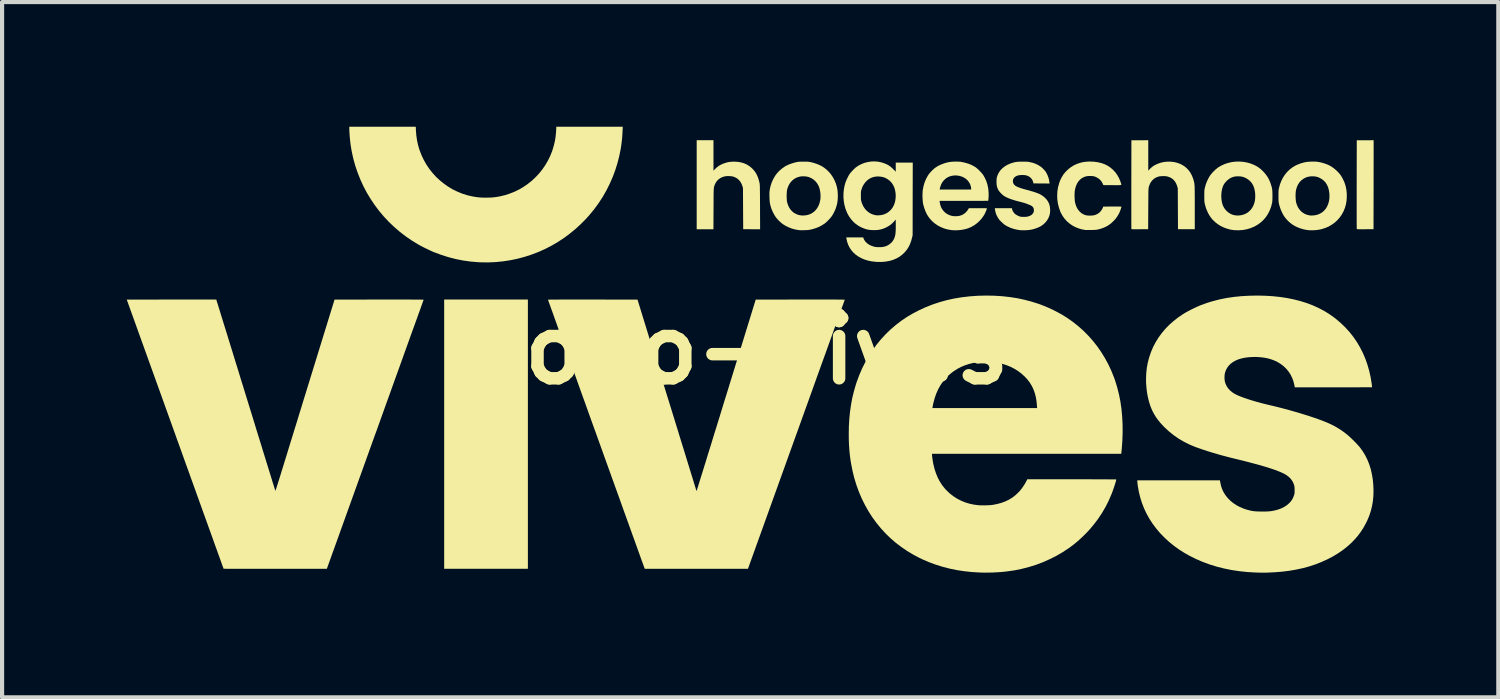
<source format=kicad_pcb>
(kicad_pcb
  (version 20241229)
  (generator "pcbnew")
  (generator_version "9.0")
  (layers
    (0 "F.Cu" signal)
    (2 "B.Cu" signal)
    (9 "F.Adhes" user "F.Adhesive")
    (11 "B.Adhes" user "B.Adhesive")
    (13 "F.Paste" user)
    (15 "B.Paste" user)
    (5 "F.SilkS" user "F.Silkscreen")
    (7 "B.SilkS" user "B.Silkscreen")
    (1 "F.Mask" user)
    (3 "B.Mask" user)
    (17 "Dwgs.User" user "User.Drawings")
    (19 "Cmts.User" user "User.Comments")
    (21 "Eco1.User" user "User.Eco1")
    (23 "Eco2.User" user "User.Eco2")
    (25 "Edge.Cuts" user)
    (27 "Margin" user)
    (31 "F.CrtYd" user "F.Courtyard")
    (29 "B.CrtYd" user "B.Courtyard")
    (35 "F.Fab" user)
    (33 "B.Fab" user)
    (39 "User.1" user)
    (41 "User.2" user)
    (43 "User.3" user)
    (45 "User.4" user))
  (footprint "logo-vives"
    (layer "F.Cu")
    (at 15 5.363)
    (property "Reference" "logo-vives" (at 0 0 0) (layer "F.SilkS") (effects (font (size 1.524 1.524) (thickness 0.3))))
    (attr board_only exclude_from_pos_files exclude_from_bom)
    (fp_poly (pts (xy -5.348 5.273) (xy -7.362 5.273) (xy -7.362 -1.206) (xy -5.348 -1.206)) (stroke (width 0) (type solid)) (fill yes) (layer "F.SilkS"))
    (fp_poly (pts (xy 15.002 -3.969) (xy 15 -2.898) (xy 14.8 -2.897) (xy 14.747 -2.897) (xy 14.704 -2.897) (xy 14.67 -2.897) (xy 14.643 -2.897) (xy 14.623 -2.898) (xy 14.609 -2.899) (xy 14.601 -2.9) (xy 14.597 -2.902) (xy 14.596 -2.902) (xy 14.596 -2.908) (xy 14.596 -2.923) (xy 14.596 -2.947) (xy 14.596 -2.979) (xy 14.595 -3.02) (xy 14.595 -3.069) (xy 14.595 -3.124) (xy 14.595 -3.187) (xy 14.595 -3.255) (xy 14.595 -3.33) (xy 14.595 -3.41) (xy 14.595 -3.495) (xy 14.595 -3.584) (xy 14.595 -3.677) (xy 14.595 -3.774) (xy 14.595 -3.874) (xy 14.595 -3.972) (xy 14.597 -5.037) (xy 15.003 -5.039)) (stroke (width 0) (type solid)) (fill yes) (layer "F.SilkS"))
    (fp_poly (pts (xy -0.882 -4.307) (xy -0.839 -4.351) (xy -0.795 -4.391) (xy -0.751 -4.424) (xy -0.702 -4.451) (xy -0.648 -4.475) (xy -0.611 -4.488) (xy -0.567 -4.502) (xy -0.524 -4.512) (xy -0.481 -4.518) (xy -0.434 -4.522) (xy -0.384 -4.523) (xy -0.301 -4.519) (xy -0.224 -4.506) (xy -0.152 -4.486) (xy -0.085 -4.457) (xy -0.023 -4.419) (xy 0.034 -4.373) (xy 0.062 -4.346) (xy 0.105 -4.297) (xy 0.141 -4.244) (xy 0.171 -4.186) (xy 0.196 -4.122) (xy 0.217 -4.05) (xy 0.228 -4.002) (xy 0.229 -3.995) (xy 0.23 -3.986) (xy 0.231 -3.975) (xy 0.232 -3.962) (xy 0.233 -3.947) (xy 0.234 -3.927) (xy 0.234 -3.903) (xy 0.235 -3.875) (xy 0.235 -3.841) (xy 0.236 -3.801) (xy 0.236 -3.755) (xy 0.237 -3.702) (xy 0.237 -3.64) (xy 0.237 -3.571) (xy 0.238 -3.493) (xy 0.238 -3.428) (xy 0.24 -2.896) (xy -0.167 -2.898) (xy -0.17 -3.392) (xy -0.172 -3.885) (xy -0.183 -3.925) (xy -0.204 -3.983) (xy -0.232 -4.035) (xy -0.266 -4.078) (xy -0.306 -4.114) (xy -0.352 -4.142) (xy -0.405 -4.163) (xy -0.412 -4.165) (xy -0.44 -4.17) (xy -0.474 -4.174) (xy -0.512 -4.176) (xy -0.55 -4.176) (xy -0.585 -4.173) (xy -0.608 -4.17) (xy -0.663 -4.154) (xy -0.714 -4.13) (xy -0.758 -4.099) (xy -0.797 -4.061) (xy -0.828 -4.017) (xy -0.85 -3.97) (xy -0.855 -3.958) (xy -0.859 -3.946) (xy -0.862 -3.936) (xy -0.866 -3.925) (xy -0.868 -3.914) (xy -0.871 -3.901) (xy -0.873 -3.887) (xy -0.874 -3.869) (xy -0.876 -3.849) (xy -0.877 -3.824) (xy -0.878 -3.795) (xy -0.879 -3.76) (xy -0.879 -3.72) (xy -0.88 -3.673) (xy -0.88 -3.618) (xy -0.88 -3.556) (xy -0.88 -3.486) (xy -0.881 -3.406) (xy -0.881 -3.383) (xy -0.883 -2.896) (xy -1.286 -2.896) (xy -1.286 -5.039) (xy -0.882 -5.039)) (stroke (width 0) (type solid)) (fill yes) (layer "F.SilkS"))
    (fp_poly (pts (xy 9.58 -4.306) (xy 9.613 -4.342) (xy 9.654 -4.381) (xy 9.697 -4.415) (xy 9.746 -4.444) (xy 9.758 -4.45) (xy 9.829 -4.481) (xy 9.902 -4.504) (xy 9.977 -4.518) (xy 10.054 -4.524) (xy 10.13 -4.522) (xy 10.205 -4.513) (xy 10.278 -4.495) (xy 10.347 -4.47) (xy 10.412 -4.436) (xy 10.46 -4.404) (xy 10.513 -4.358) (xy 10.56 -4.305) (xy 10.601 -4.245) (xy 10.635 -4.178) (xy 10.662 -4.107) (xy 10.674 -4.067) (xy 10.678 -4.052) (xy 10.681 -4.037) (xy 10.684 -4.024) (xy 10.687 -4.01) (xy 10.689 -3.995) (xy 10.691 -3.979) (xy 10.693 -3.961) (xy 10.694 -3.94) (xy 10.696 -3.916) (xy 10.696 -3.888) (xy 10.697 -3.855) (xy 10.698 -3.817) (xy 10.698 -3.773) (xy 10.698 -3.723) (xy 10.699 -3.665) (xy 10.699 -3.599) (xy 10.699 -3.525) (xy 10.699 -3.442) (xy 10.699 -2.898) (xy 10.295 -2.898) (xy 10.29 -3.885) (xy 10.278 -3.925) (xy 10.257 -3.983) (xy 10.23 -4.034) (xy 10.196 -4.078) (xy 10.155 -4.114) (xy 10.109 -4.142) (xy 10.056 -4.162) (xy 10.024 -4.17) (xy 9.993 -4.174) (xy 9.957 -4.176) (xy 9.918 -4.175) (xy 9.88 -4.173) (xy 9.846 -4.169) (xy 9.827 -4.164) (xy 9.773 -4.145) (xy 9.725 -4.117) (xy 9.684 -4.082) (xy 9.648 -4.039) (xy 9.62 -3.989) (xy 9.598 -3.932) (xy 9.594 -3.916) (xy 9.592 -3.909) (xy 9.59 -3.903) (xy 9.589 -3.895) (xy 9.588 -3.887) (xy 9.587 -3.876) (xy 9.586 -3.863) (xy 9.585 -3.847) (xy 9.584 -3.828) (xy 9.583 -3.804) (xy 9.583 -3.775) (xy 9.582 -3.74) (xy 9.582 -3.699) (xy 9.582 -3.652) (xy 9.581 -3.597) (xy 9.581 -3.533) (xy 9.58 -3.461) (xy 9.58 -3.387) (xy 9.577 -2.898) (xy 9.377 -2.897) (xy 9.324 -2.897) (xy 9.281 -2.897) (xy 9.247 -2.897) (xy 9.22 -2.897) (xy 9.2 -2.898) (xy 9.186 -2.899) (xy 9.178 -2.9) (xy 9.174 -2.902) (xy 9.173 -2.902) (xy 9.173 -2.908) (xy 9.173 -2.923) (xy 9.173 -2.947) (xy 9.173 -2.979) (xy 9.172 -3.02) (xy 9.172 -3.069) (xy 9.172 -3.124) (xy 9.172 -3.187) (xy 9.172 -3.255) (xy 9.172 -3.33) (xy 9.172 -3.41) (xy 9.172 -3.495) (xy 9.172 -3.584) (xy 9.172 -3.677) (xy 9.172 -3.774) (xy 9.172 -3.874) (xy 9.172 -3.972) (xy 9.174 -5.037) (xy 9.58 -5.039)) (stroke (width 0) (type solid)) (fill yes) (layer "F.SilkS"))
    (fp_poly (pts (xy -8.043 -5.289) (xy -8.034 -5.168) (xy -8.018 -5.052) (xy -7.995 -4.94) (xy -7.964 -4.83) (xy -7.952 -4.795) (xy -7.906 -4.676) (xy -7.852 -4.562) (xy -7.789 -4.452) (xy -7.719 -4.348) (xy -7.641 -4.25) (xy -7.557 -4.157) (xy -7.465 -4.072) (xy -7.368 -3.993) (xy -7.266 -3.921) (xy -7.158 -3.857) (xy -7.045 -3.802) (xy -6.928 -3.754) (xy -6.808 -3.716) (xy -6.771 -3.707) (xy -6.688 -3.688) (xy -6.609 -3.674) (xy -6.531 -3.664) (xy -6.449 -3.658) (xy -6.361 -3.657) (xy -6.357 -3.657) (xy -6.287 -3.658) (xy -6.224 -3.66) (xy -6.164 -3.666) (xy -6.105 -3.673) (xy -6.043 -3.684) (xy -6.03 -3.686) (xy -5.906 -3.715) (xy -5.786 -3.754) (xy -5.669 -3.8) (xy -5.557 -3.855) (xy -5.45 -3.918) (xy -5.348 -3.989) (xy -5.251 -4.066) (xy -5.161 -4.151) (xy -5.076 -4.241) (xy -4.999 -4.338) (xy -4.929 -4.44) (xy -4.866 -4.548) (xy -4.811 -4.66) (xy -4.764 -4.777) (xy -4.727 -4.898) (xy -4.7 -5.009) (xy -4.682 -5.118) (xy -4.67 -5.235) (xy -4.667 -5.29) (xy -4.664 -5.363) (xy -3.065 -5.363) (xy -3.068 -5.295) (xy -3.073 -5.197) (xy -3.079 -5.108) (xy -3.087 -5.024) (xy -3.097 -4.944) (xy -3.109 -4.865) (xy -3.113 -4.837) (xy -3.148 -4.662) (xy -3.192 -4.49) (xy -3.245 -4.32) (xy -3.307 -4.153) (xy -3.379 -3.99) (xy -3.459 -3.831) (xy -3.547 -3.676) (xy -3.644 -3.527) (xy -3.749 -3.383) (xy -3.862 -3.245) (xy -3.926 -3.173) (xy -3.944 -3.153) (xy -3.968 -3.128) (xy -3.996 -3.1) (xy -4.025 -3.07) (xy -4.054 -3.042) (xy -4.065 -3.03) (xy -4.196 -2.909) (xy -4.333 -2.796) (xy -4.475 -2.69) (xy -4.622 -2.593) (xy -4.774 -2.504) (xy -4.931 -2.423) (xy -5.092 -2.351) (xy -5.256 -2.288) (xy -5.423 -2.234) (xy -5.594 -2.188) (xy -5.767 -2.152) (xy -5.942 -2.125) (xy -6.119 -2.107) (xy -6.297 -2.099) (xy -6.476 -2.101) (xy -6.544 -2.104) (xy -6.724 -2.119) (xy -6.903 -2.144) (xy -7.08 -2.179) (xy -7.256 -2.224) (xy -7.429 -2.279) (xy -7.601 -2.343) (xy -7.62 -2.35) (xy -7.659 -2.367) (xy -7.704 -2.388) (xy -7.754 -2.412) (xy -7.807 -2.437) (xy -7.859 -2.463) (xy -7.909 -2.489) (xy -7.956 -2.514) (xy -7.996 -2.536) (xy -7.997 -2.537) (xy -8.15 -2.631) (xy -8.297 -2.732) (xy -8.437 -2.841) (xy -8.571 -2.957) (xy -8.698 -3.079) (xy -8.819 -3.208) (xy -8.932 -3.343) (xy -9.037 -3.484) (xy -9.135 -3.63) (xy -9.226 -3.781) (xy -9.308 -3.937) (xy -9.381 -4.098) (xy -9.446 -4.262) (xy -9.503 -4.43) (xy -9.55 -4.601) (xy -9.588 -4.775) (xy -9.609 -4.9) (xy -9.617 -4.956) (xy -9.624 -5.016) (xy -9.63 -5.078) (xy -9.636 -5.14) (xy -9.64 -5.2) (xy -9.643 -5.255) (xy -9.645 -5.303) (xy -9.645 -5.317) (xy -9.645 -5.363) (xy -8.046 -5.363)) (stroke (width 0) (type solid)) (fill yes) (layer "F.SilkS"))
    (fp_poly (pts (xy 13.588 -4.525) (xy 13.63 -4.522) (xy 13.641 -4.521) (xy 13.703 -4.511) (xy 13.767 -4.496) (xy 13.832 -4.476) (xy 13.893 -4.453) (xy 13.936 -4.433) (xy 13.988 -4.404) (xy 14.04 -4.367) (xy 14.091 -4.325) (xy 14.139 -4.28) (xy 14.182 -4.233) (xy 14.198 -4.212) (xy 14.222 -4.177) (xy 14.247 -4.135) (xy 14.27 -4.09) (xy 14.292 -4.044) (xy 14.306 -4.007) (xy 14.331 -3.929) (xy 14.347 -3.845) (xy 14.356 -3.759) (xy 14.357 -3.672) (xy 14.351 -3.585) (xy 14.337 -3.5) (xy 14.315 -3.42) (xy 14.312 -3.412) (xy 14.279 -3.329) (xy 14.237 -3.252) (xy 14.188 -3.181) (xy 14.132 -3.117) (xy 14.069 -3.059) (xy 13.999 -3.008) (xy 13.924 -2.964) (xy 13.843 -2.929) (xy 13.756 -2.901) (xy 13.717 -2.892) (xy 13.655 -2.881) (xy 13.588 -2.874) (xy 13.519 -2.872) (xy 13.454 -2.873) (xy 13.44 -2.874) (xy 13.367 -2.884) (xy 13.293 -2.901) (xy 13.219 -2.925) (xy 13.148 -2.954) (xy 13.083 -2.988) (xy 13.033 -3.021) (xy 12.992 -3.053) (xy 12.949 -3.091) (xy 12.909 -3.133) (xy 12.873 -3.176) (xy 12.868 -3.183) (xy 12.834 -3.233) (xy 12.803 -3.291) (xy 12.774 -3.354) (xy 12.75 -3.42) (xy 12.73 -3.488) (xy 12.724 -3.514) (xy 12.721 -3.531) (xy 12.718 -3.547) (xy 12.716 -3.563) (xy 12.715 -3.582) (xy 12.714 -3.604) (xy 12.713 -3.632) (xy 12.713 -3.667) (xy 12.713 -3.698) (xy 12.713 -3.703) (xy 13.124 -3.703) (xy 13.125 -3.664) (xy 13.127 -3.626) (xy 13.13 -3.591) (xy 13.134 -3.562) (xy 13.136 -3.549) (xy 13.155 -3.486) (xy 13.181 -3.428) (xy 13.214 -3.377) (xy 13.253 -3.332) (xy 13.298 -3.295) (xy 13.349 -3.265) (xy 13.404 -3.243) (xy 13.463 -3.23) (xy 13.498 -3.227) (xy 13.538 -3.228) (xy 13.58 -3.232) (xy 13.62 -3.239) (xy 13.626 -3.24) (xy 13.681 -3.258) (xy 13.734 -3.284) (xy 13.773 -3.31) (xy 13.817 -3.35) (xy 13.855 -3.396) (xy 13.886 -3.449) (xy 13.91 -3.508) (xy 13.928 -3.571) (xy 13.938 -3.639) (xy 13.94 -3.71) (xy 13.936 -3.776) (xy 13.924 -3.847) (xy 13.905 -3.912) (xy 13.879 -3.969) (xy 13.846 -4.02) (xy 13.806 -4.064) (xy 13.759 -4.101) (xy 13.709 -4.13) (xy 13.675 -4.146) (xy 13.643 -4.157) (xy 13.611 -4.164) (xy 13.576 -4.169) (xy 13.547 -4.17) (xy 13.482 -4.169) (xy 13.422 -4.159) (xy 13.366 -4.14) (xy 13.313 -4.111) (xy 13.264 -4.074) (xy 13.255 -4.066) (xy 13.215 -4.022) (xy 13.183 -3.972) (xy 13.157 -3.915) (xy 13.138 -3.852) (xy 13.128 -3.799) (xy 13.126 -3.773) (xy 13.125 -3.74) (xy 13.124 -3.703) (xy 12.713 -3.703) (xy 12.713 -3.739) (xy 12.713 -3.772) (xy 12.714 -3.798) (xy 12.715 -3.819) (xy 12.716 -3.837) (xy 12.718 -3.853) (xy 12.721 -3.869) (xy 12.724 -3.883) (xy 12.748 -3.973) (xy 12.78 -4.057) (xy 12.819 -4.135) (xy 12.866 -4.207) (xy 12.919 -4.273) (xy 12.979 -4.332) (xy 13.046 -4.383) (xy 13.118 -4.427) (xy 13.164 -4.449) (xy 13.25 -4.482) (xy 13.34 -4.507) (xy 13.36 -4.511) (xy 13.398 -4.517) (xy 13.443 -4.521) (xy 13.491 -4.524) (xy 13.541 -4.525)) (stroke (width 0) (type solid)) (fill yes) (layer "F.SilkS"))
    (fp_poly (pts (xy 11.862 -4.519) (xy 11.951 -4.504) (xy 12.038 -4.48) (xy 12.05 -4.475) (xy 12.119 -4.448) (xy 12.181 -4.417) (xy 12.238 -4.381) (xy 12.293 -4.338) (xy 12.339 -4.294) (xy 12.395 -4.232) (xy 12.443 -4.167) (xy 12.483 -4.097) (xy 12.516 -4.021) (xy 12.532 -3.972) (xy 12.542 -3.939) (xy 12.551 -3.91) (xy 12.557 -3.884) (xy 12.561 -3.859) (xy 12.564 -3.833) (xy 12.566 -3.805) (xy 12.567 -3.772) (xy 12.568 -3.732) (xy 12.568 -3.698) (xy 12.568 -3.657) (xy 12.567 -3.624) (xy 12.566 -3.598) (xy 12.565 -3.577) (xy 12.564 -3.559) (xy 12.562 -3.543) (xy 12.559 -3.528) (xy 12.556 -3.517) (xy 12.532 -3.427) (xy 12.499 -3.342) (xy 12.459 -3.264) (xy 12.411 -3.191) (xy 12.356 -3.126) (xy 12.294 -3.067) (xy 12.225 -3.015) (xy 12.149 -2.97) (xy 12.125 -2.958) (xy 12.038 -2.922) (xy 11.949 -2.896) (xy 11.857 -2.879) (xy 11.762 -2.872) (xy 11.666 -2.874) (xy 11.636 -2.876) (xy 11.554 -2.889) (xy 11.473 -2.911) (xy 11.395 -2.94) (xy 11.321 -2.976) (xy 11.252 -3.019) (xy 11.189 -3.068) (xy 11.133 -3.122) (xy 11.114 -3.143) (xy 11.085 -3.18) (xy 11.061 -3.215) (xy 11.039 -3.25) (xy 11.018 -3.29) (xy 11.01 -3.306) (xy 10.984 -3.365) (xy 10.963 -3.422) (xy 10.946 -3.483) (xy 10.94 -3.511) (xy 10.936 -3.529) (xy 10.933 -3.545) (xy 10.931 -3.561) (xy 10.93 -3.579) (xy 10.929 -3.6) (xy 10.928 -3.626) (xy 10.928 -3.659) (xy 10.928 -3.677) (xy 11.337 -3.677) (xy 11.342 -3.61) (xy 11.352 -3.547) (xy 11.369 -3.488) (xy 11.37 -3.484) (xy 11.391 -3.436) (xy 11.416 -3.394) (xy 11.448 -3.355) (xy 11.463 -3.339) (xy 11.511 -3.298) (xy 11.561 -3.266) (xy 11.615 -3.244) (xy 11.673 -3.231) (xy 11.734 -3.227) (xy 11.784 -3.23) (xy 11.847 -3.242) (xy 11.905 -3.262) (xy 11.959 -3.29) (xy 12.006 -3.326) (xy 12.048 -3.368) (xy 12.083 -3.417) (xy 12.112 -3.472) (xy 12.133 -3.532) (xy 12.148 -3.598) (xy 12.154 -3.668) (xy 12.153 -3.742) (xy 12.152 -3.755) (xy 12.143 -3.827) (xy 12.127 -3.892) (xy 12.105 -3.95) (xy 12.075 -4.001) (xy 12.039 -4.046) (xy 11.996 -4.085) (xy 11.945 -4.119) (xy 11.932 -4.126) (xy 11.889 -4.146) (xy 11.845 -4.16) (xy 11.798 -4.168) (xy 11.763 -4.17) (xy 11.7 -4.17) (xy 11.642 -4.161) (xy 11.589 -4.144) (xy 11.539 -4.118) (xy 11.492 -4.083) (xy 11.464 -4.057) (xy 11.433 -4.023) (xy 11.408 -3.991) (xy 11.388 -3.956) (xy 11.376 -3.928) (xy 11.358 -3.872) (xy 11.345 -3.81) (xy 11.338 -3.744) (xy 11.337 -3.677) (xy 10.928 -3.677) (xy 10.928 -3.7) (xy 10.928 -3.701) (xy 10.928 -3.743) (xy 10.929 -3.776) (xy 10.929 -3.802) (xy 10.93 -3.824) (xy 10.932 -3.842) (xy 10.934 -3.858) (xy 10.937 -3.873) (xy 10.939 -3.885) (xy 10.964 -3.976) (xy 10.997 -4.061) (xy 11.038 -4.142) (xy 11.064 -4.184) (xy 11.092 -4.222) (xy 11.126 -4.262) (xy 11.165 -4.302) (xy 11.205 -4.339) (xy 11.244 -4.371) (xy 11.267 -4.388) (xy 11.342 -4.431) (xy 11.422 -4.467) (xy 11.506 -4.494) (xy 11.593 -4.514) (xy 11.682 -4.524) (xy 11.772 -4.526)) (stroke (width 0) (type solid)) (fill yes) (layer "F.SilkS"))
    (fp_poly (pts (xy 1.325 -4.523) (xy 1.356 -4.523) (xy 1.381 -4.522) (xy 1.402 -4.52) (xy 1.421 -4.518) (xy 1.44 -4.515) (xy 1.455 -4.512) (xy 1.52 -4.496) (xy 1.586 -4.475) (xy 1.648 -4.451) (xy 1.706 -4.424) (xy 1.754 -4.396) (xy 1.822 -4.346) (xy 1.885 -4.288) (xy 1.94 -4.224) (xy 1.989 -4.153) (xy 2.03 -4.077) (xy 2.063 -3.997) (xy 2.088 -3.913) (xy 2.093 -3.888) (xy 2.104 -3.82) (xy 2.109 -3.748) (xy 2.11 -3.674) (xy 2.106 -3.6) (xy 2.097 -3.532) (xy 2.094 -3.515) (xy 2.075 -3.444) (xy 2.05 -3.372) (xy 2.018 -3.303) (xy 1.982 -3.238) (xy 1.96 -3.205) (xy 1.933 -3.171) (xy 1.901 -3.135) (xy 1.866 -3.099) (xy 1.831 -3.065) (xy 1.797 -3.037) (xy 1.786 -3.029) (xy 1.716 -2.985) (xy 1.64 -2.947) (xy 1.558 -2.916) (xy 1.474 -2.892) (xy 1.428 -2.883) (xy 1.405 -2.88) (xy 1.374 -2.877) (xy 1.339 -2.875) (xy 1.301 -2.874) (xy 1.262 -2.873) (xy 1.227 -2.873) (xy 1.196 -2.874) (xy 1.172 -2.876) (xy 1.171 -2.876) (xy 1.085 -2.891) (xy 1.001 -2.914) (xy 0.92 -2.946) (xy 0.844 -2.984) (xy 0.784 -3.022) (xy 0.749 -3.05) (xy 0.711 -3.084) (xy 0.674 -3.121) (xy 0.64 -3.159) (xy 0.614 -3.193) (xy 0.592 -3.226) (xy 0.57 -3.266) (xy 0.547 -3.309) (xy 0.527 -3.353) (xy 0.511 -3.395) (xy 0.504 -3.415) (xy 0.493 -3.452) (xy 0.484 -3.486) (xy 0.477 -3.517) (xy 0.472 -3.549) (xy 0.469 -3.584) (xy 0.467 -3.624) (xy 0.465 -3.671) (xy 0.465 -3.676) (xy 0.464 -3.71) (xy 0.879 -3.71) (xy 0.879 -3.669) (xy 0.881 -3.629) (xy 0.883 -3.594) (xy 0.886 -3.564) (xy 0.889 -3.551) (xy 0.909 -3.486) (xy 0.935 -3.427) (xy 0.968 -3.375) (xy 1.008 -3.33) (xy 1.054 -3.292) (xy 1.107 -3.263) (xy 1.152 -3.245) (xy 1.205 -3.232) (xy 1.262 -3.227) (xy 1.321 -3.23) (xy 1.373 -3.238) (xy 1.432 -3.256) (xy 1.487 -3.283) (xy 1.536 -3.317) (xy 1.579 -3.359) (xy 1.616 -3.408) (xy 1.646 -3.464) (xy 1.67 -3.526) (xy 1.686 -3.595) (xy 1.69 -3.616) (xy 1.694 -3.673) (xy 1.693 -3.733) (xy 1.687 -3.793) (xy 1.676 -3.852) (xy 1.661 -3.906) (xy 1.642 -3.95) (xy 1.61 -4.004) (xy 1.571 -4.052) (xy 1.525 -4.093) (xy 1.473 -4.126) (xy 1.415 -4.151) (xy 1.395 -4.157) (xy 1.357 -4.165) (xy 1.312 -4.17) (xy 1.267 -4.171) (xy 1.224 -4.168) (xy 1.201 -4.165) (xy 1.14 -4.148) (xy 1.084 -4.122) (xy 1.035 -4.089) (xy 0.991 -4.048) (xy 0.954 -4) (xy 0.923 -3.945) (xy 0.899 -3.883) (xy 0.889 -3.845) (xy 0.885 -3.821) (xy 0.882 -3.788) (xy 0.88 -3.751) (xy 0.879 -3.71) (xy 0.464 -3.71) (xy 0.464 -3.715) (xy 0.464 -3.746) (xy 0.464 -3.771) (xy 0.465 -3.792) (xy 0.467 -3.811) (xy 0.47 -3.831) (xy 0.473 -3.853) (xy 0.473 -3.855) (xy 0.493 -3.944) (xy 0.521 -4.029) (xy 0.558 -4.108) (xy 0.601 -4.182) (xy 0.653 -4.251) (xy 0.712 -4.312) (xy 0.777 -4.367) (xy 0.834 -4.406) (xy 0.886 -4.434) (xy 0.945 -4.46) (xy 1.009 -4.483) (xy 1.075 -4.502) (xy 1.117 -4.512) (xy 1.138 -4.516) (xy 1.157 -4.519) (xy 1.176 -4.521) (xy 1.198 -4.522) (xy 1.225 -4.523) (xy 1.258 -4.523) (xy 1.286 -4.523)) (stroke (width 0) (type solid)) (fill yes) (layer "F.SilkS"))
    (fp_poly (pts (xy 8.273 -4.522) (xy 8.363 -4.51) (xy 8.446 -4.491) (xy 8.524 -4.464) (xy 8.596 -4.429) (xy 8.663 -4.385) (xy 8.724 -4.334) (xy 8.734 -4.325) (xy 8.789 -4.265) (xy 8.835 -4.2) (xy 8.875 -4.129) (xy 8.907 -4.052) (xy 8.919 -4.018) (xy 8.924 -4.004) (xy 8.928 -3.992) (xy 8.931 -3.982) (xy 8.932 -3.974) (xy 8.929 -3.968) (xy 8.923 -3.964) (xy 8.912 -3.961) (xy 8.896 -3.959) (xy 8.874 -3.958) (xy 8.845 -3.957) (xy 8.808 -3.957) (xy 8.763 -3.957) (xy 8.715 -3.958) (xy 8.663 -3.958) (xy 8.619 -3.958) (xy 8.584 -3.958) (xy 8.557 -3.958) (xy 8.535 -3.959) (xy 8.52 -3.959) (xy 8.509 -3.96) (xy 8.502 -3.962) (xy 8.498 -3.963) (xy 8.496 -3.965) (xy 8.495 -3.966) (xy 8.483 -3.996) (xy 8.466 -4.027) (xy 8.447 -4.056) (xy 8.44 -4.065) (xy 8.402 -4.104) (xy 8.357 -4.135) (xy 8.307 -4.16) (xy 8.273 -4.17) (xy 8.248 -4.175) (xy 8.216 -4.178) (xy 8.18 -4.179) (xy 8.144 -4.178) (xy 8.111 -4.175) (xy 8.083 -4.17) (xy 8.03 -4.152) (xy 7.981 -4.126) (xy 7.938 -4.091) (xy 7.9 -4.049) (xy 7.868 -3.999) (xy 7.842 -3.942) (xy 7.823 -3.879) (xy 7.812 -3.825) (xy 7.809 -3.794) (xy 7.807 -3.757) (xy 7.806 -3.715) (xy 7.807 -3.671) (xy 7.809 -3.628) (xy 7.812 -3.589) (xy 7.816 -3.554) (xy 7.82 -3.533) (xy 7.839 -3.469) (xy 7.864 -3.411) (xy 7.896 -3.36) (xy 7.934 -3.317) (xy 7.977 -3.281) (xy 8.025 -3.253) (xy 8.078 -3.234) (xy 8.087 -3.232) (xy 8.111 -3.228) (xy 8.141 -3.226) (xy 8.175 -3.225) (xy 8.21 -3.226) (xy 8.242 -3.228) (xy 8.269 -3.232) (xy 8.271 -3.232) (xy 8.322 -3.248) (xy 8.369 -3.272) (xy 8.411 -3.304) (xy 8.446 -3.344) (xy 8.475 -3.389) (xy 8.486 -3.414) (xy 8.497 -3.442) (xy 8.713 -3.443) (xy 8.759 -3.443) (xy 8.801 -3.443) (xy 8.839 -3.443) (xy 8.872 -3.443) (xy 8.899 -3.442) (xy 8.919 -3.442) (xy 8.93 -3.441) (xy 8.933 -3.44) (xy 8.933 -3.434) (xy 8.93 -3.42) (xy 8.924 -3.401) (xy 8.917 -3.378) (xy 8.908 -3.352) (xy 8.898 -3.327) (xy 8.888 -3.302) (xy 8.878 -3.281) (xy 8.877 -3.279) (xy 8.844 -3.22) (xy 8.806 -3.165) (xy 8.761 -3.112) (xy 8.747 -3.098) (xy 8.689 -3.043) (xy 8.629 -2.998) (xy 8.565 -2.96) (xy 8.496 -2.929) (xy 8.42 -2.904) (xy 8.366 -2.891) (xy 8.347 -2.887) (xy 8.329 -2.884) (xy 8.308 -2.882) (xy 8.284 -2.881) (xy 8.254 -2.88) (xy 8.217 -2.879) (xy 8.199 -2.878) (xy 8.165 -2.878) (xy 8.133 -2.878) (xy 8.105 -2.878) (xy 8.083 -2.878) (xy 8.069 -2.879) (xy 8.065 -2.879) (xy 7.978 -2.895) (xy 7.896 -2.92) (xy 7.818 -2.952) (xy 7.745 -2.992) (xy 7.678 -3.04) (xy 7.617 -3.094) (xy 7.563 -3.155) (xy 7.516 -3.221) (xy 7.476 -3.294) (xy 7.459 -3.333) (xy 7.427 -3.428) (xy 7.404 -3.524) (xy 7.391 -3.621) (xy 7.388 -3.718) (xy 7.394 -3.815) (xy 7.41 -3.911) (xy 7.436 -4.006) (xy 7.461 -4.075) (xy 7.497 -4.148) (xy 7.54 -4.217) (xy 7.592 -4.281) (xy 7.651 -4.338) (xy 7.716 -4.389) (xy 7.786 -4.433) (xy 7.857 -4.466) (xy 7.924 -4.49) (xy 7.99 -4.508) (xy 8.058 -4.519) (xy 8.131 -4.525) (xy 8.178 -4.526)) (stroke (width 0) (type solid)) (fill yes) (layer "F.SilkS"))
    (fp_poly (pts (xy 5.031 -4.523) (xy 5.069 -4.519) (xy 5.16 -4.501) (xy 5.246 -4.476) (xy 5.326 -4.444) (xy 5.399 -4.405) (xy 5.423 -4.39) (xy 5.445 -4.373) (xy 5.471 -4.351) (xy 5.5 -4.324) (xy 5.529 -4.295) (xy 5.556 -4.266) (xy 5.58 -4.239) (xy 5.599 -4.215) (xy 5.605 -4.208) (xy 5.648 -4.132) (xy 5.684 -4.052) (xy 5.711 -3.967) (xy 5.729 -3.879) (xy 5.738 -3.787) (xy 5.739 -3.693) (xy 5.737 -3.663) (xy 5.735 -3.636) (xy 5.733 -3.613) (xy 5.731 -3.596) (xy 5.729 -3.585) (xy 5.729 -3.583) (xy 5.724 -3.582) (xy 5.709 -3.582) (xy 5.686 -3.581) (xy 5.654 -3.581) (xy 5.616 -3.58) (xy 5.57 -3.58) (xy 5.518 -3.58) (xy 5.46 -3.579) (xy 5.398 -3.579) (xy 5.331 -3.579) (xy 5.26 -3.579) (xy 5.186 -3.579) (xy 5.143 -3.579) (xy 4.559 -3.579) (xy 4.562 -3.55) (xy 4.574 -3.488) (xy 4.593 -3.431) (xy 4.621 -3.379) (xy 4.656 -3.333) (xy 4.698 -3.293) (xy 4.746 -3.26) (xy 4.8 -3.235) (xy 4.858 -3.217) (xy 4.861 -3.217) (xy 4.89 -3.213) (xy 4.924 -3.211) (xy 4.961 -3.211) (xy 4.997 -3.213) (xy 5.029 -3.218) (xy 5.047 -3.222) (xy 5.102 -3.241) (xy 5.15 -3.27) (xy 5.193 -3.306) (xy 5.23 -3.35) (xy 5.242 -3.368) (xy 5.264 -3.404) (xy 5.481 -3.404) (xy 5.533 -3.404) (xy 5.576 -3.404) (xy 5.611 -3.404) (xy 5.638 -3.404) (xy 5.659 -3.403) (xy 5.675 -3.402) (xy 5.685 -3.402) (xy 5.692 -3.4) (xy 5.695 -3.399) (xy 5.697 -3.397) (xy 5.697 -3.396) (xy 5.695 -3.386) (xy 5.689 -3.369) (xy 5.681 -3.347) (xy 5.67 -3.323) (xy 5.659 -3.297) (xy 5.648 -3.273) (xy 5.637 -3.252) (xy 5.633 -3.245) (xy 5.587 -3.175) (xy 5.533 -3.111) (xy 5.473 -3.053) (xy 5.406 -3.002) (xy 5.338 -2.961) (xy 5.283 -2.935) (xy 5.228 -2.914) (xy 5.169 -2.898) (xy 5.153 -2.894) (xy 5.074 -2.88) (xy 4.991 -2.873) (xy 4.909 -2.872) (xy 4.85 -2.876) (xy 4.761 -2.89) (xy 4.676 -2.913) (xy 4.596 -2.945) (xy 4.52 -2.984) (xy 4.45 -3.031) (xy 4.385 -3.086) (xy 4.327 -3.148) (xy 4.282 -3.209) (xy 4.254 -3.255) (xy 4.228 -3.308) (xy 4.204 -3.366) (xy 4.184 -3.427) (xy 4.167 -3.487) (xy 4.161 -3.512) (xy 4.156 -3.546) (xy 4.152 -3.588) (xy 4.149 -3.634) (xy 4.147 -3.683) (xy 4.147 -3.732) (xy 4.149 -3.778) (xy 4.151 -3.82) (xy 4.154 -3.843) (xy 4.156 -3.853) (xy 4.56 -3.853) (xy 5.318 -3.853) (xy 5.318 -3.872) (xy 5.316 -3.899) (xy 5.309 -3.93) (xy 5.3 -3.962) (xy 5.29 -3.988) (xy 5.262 -4.035) (xy 5.228 -4.077) (xy 5.186 -4.114) (xy 5.138 -4.144) (xy 5.085 -4.167) (xy 5.028 -4.183) (xy 4.967 -4.191) (xy 4.94 -4.192) (xy 4.877 -4.187) (xy 4.818 -4.174) (xy 4.763 -4.152) (xy 4.714 -4.122) (xy 4.669 -4.083) (xy 4.632 -4.039) (xy 4.613 -4.008) (xy 4.596 -3.975) (xy 4.582 -3.937) (xy 4.569 -3.892) (xy 4.563 -3.867) (xy 4.56 -3.853) (xy 4.156 -3.853) (xy 4.172 -3.935) (xy 4.198 -4.024) (xy 4.233 -4.107) (xy 4.275 -4.185) (xy 4.29 -4.208) (xy 4.31 -4.235) (xy 4.337 -4.266) (xy 4.367 -4.299) (xy 4.399 -4.33) (xy 4.43 -4.358) (xy 4.451 -4.374) (xy 4.502 -4.408) (xy 4.561 -4.44) (xy 4.626 -4.467) (xy 4.695 -4.491) (xy 4.767 -4.509) (xy 4.767 -4.509) (xy 4.814 -4.517) (xy 4.867 -4.522) (xy 4.923 -4.525) (xy 4.979 -4.525)) (stroke (width 0) (type solid)) (fill yes) (layer "F.SilkS"))
    (fp_poly (pts (xy 1.743 -1.205) (xy 1.824 -1.205) (xy 1.897 -1.205) (xy 1.962 -1.205) (xy 2.02 -1.205) (xy 2.072 -1.205) (xy 2.116 -1.204) (xy 2.155 -1.204) (xy 2.187 -1.204) (xy 2.214 -1.203) (xy 2.236 -1.203) (xy 2.252 -1.202) (xy 2.264 -1.202) (xy 2.272 -1.201) (xy 2.276 -1.2) (xy 2.277 -1.2) (xy 2.275 -1.195) (xy 2.27 -1.181) (xy 2.261 -1.158) (xy 2.25 -1.126) (xy 2.236 -1.086) (xy 2.218 -1.038) (xy 2.198 -0.982) (xy 2.175 -0.918) (xy 2.149 -0.846) (xy 2.121 -0.768) (xy 2.09 -0.682) (xy 2.057 -0.59) (xy 2.021 -0.491) (xy 1.984 -0.386) (xy 1.944 -0.275) (xy 1.902 -0.158) (xy 1.858 -0.035) (xy 1.812 0.093) (xy 1.764 0.225) (xy 1.714 0.363) (xy 1.663 0.505) (xy 1.61 0.652) (xy 1.556 0.803) (xy 1.501 0.957) (xy 1.444 1.115) (xy 1.386 1.277) (xy 1.326 1.442) (xy 1.266 1.609) (xy 1.205 1.78) (xy 1.143 1.952) (xy 1.111 2.04) (xy -0.052 5.273) (xy -2.536 5.273) (xy -2.541 5.26) (xy -2.544 5.254) (xy -2.549 5.238) (xy -2.558 5.214) (xy -2.569 5.182) (xy -2.584 5.141) (xy -2.602 5.093) (xy -2.622 5.037) (xy -2.645 4.974) (xy -2.67 4.903) (xy -2.698 4.826) (xy -2.728 4.743) (xy -2.76 4.653) (xy -2.794 4.558) (xy -2.831 4.457) (xy -2.869 4.35) (xy -2.909 4.239) (xy -2.951 4.123) (xy -2.994 4.003) (xy -3.039 3.879) (xy -3.085 3.751) (xy -3.132 3.619) (xy -3.18 3.485) (xy -3.23 3.347) (xy -3.28 3.207) (xy -3.332 3.064) (xy -3.384 2.919) (xy -3.436 2.773) (xy -3.49 2.625) (xy -3.543 2.476) (xy -3.597 2.326) (xy -3.651 2.176) (xy -3.705 2.025) (xy -3.76 1.874) (xy -3.814 1.724) (xy -3.868 1.574) (xy -3.921 1.425) (xy -3.974 1.277) (xy -4.027 1.131) (xy -4.079 0.986) (xy -4.13 0.843) (xy -4.18 0.703) (xy -4.23 0.566) (xy -4.278 0.431) (xy -4.325 0.3) (xy -4.371 0.172) (xy -4.416 0.048) (xy -4.459 -0.072) (xy -4.501 -0.188) (xy -4.541 -0.299) (xy -4.579 -0.405) (xy -4.615 -0.505) (xy -4.649 -0.6) (xy -4.681 -0.69) (xy -4.711 -0.773) (xy -4.738 -0.85) (xy -4.763 -0.92) (xy -4.786 -0.982) (xy -4.806 -1.038) (xy -4.823 -1.086) (xy -4.838 -1.126) (xy -4.849 -1.158) (xy -4.857 -1.182) (xy -4.863 -1.196) (xy -4.865 -1.202) (xy -4.865 -1.202) (xy -4.86 -1.203) (xy -4.845 -1.203) (xy -4.822 -1.203) (xy -4.79 -1.204) (xy -4.75 -1.204) (xy -4.702 -1.204) (xy -4.646 -1.204) (xy -4.584 -1.205) (xy -4.516 -1.205) (xy -4.442 -1.205) (xy -4.362 -1.205) (xy -4.278 -1.205) (xy -4.189 -1.205) (xy -4.095 -1.205) (xy -3.999 -1.205) (xy -3.899 -1.205) (xy -3.796 -1.205) (xy -3.787 -1.205) (xy -2.71 -1.204) (xy -2.001 1.099) (xy -1.955 1.247) (xy -1.91 1.392) (xy -1.866 1.535) (xy -1.823 1.674) (xy -1.781 1.81) (xy -1.74 1.943) (xy -1.701 2.072) (xy -1.662 2.197) (xy -1.625 2.317) (xy -1.589 2.433) (xy -1.555 2.544) (xy -1.523 2.649) (xy -1.492 2.749) (xy -1.463 2.843) (xy -1.436 2.93) (xy -1.411 3.012) (xy -1.388 3.086) (xy -1.367 3.154) (xy -1.349 3.214) (xy -1.333 3.266) (xy -1.319 3.311) (xy -1.308 3.347) (xy -1.299 3.375) (xy -1.293 3.394) (xy -1.29 3.404) (xy -1.29 3.406) (xy -1.288 3.401) (xy -1.284 3.387) (xy -1.277 3.365) (xy -1.267 3.333) (xy -1.254 3.294) (xy -1.24 3.246) (xy -1.222 3.19) (xy -1.203 3.127) (xy -1.181 3.057) (xy -1.157 2.98) (xy -1.131 2.896) (xy -1.103 2.806) (xy -1.073 2.71) (xy -1.042 2.608) (xy -1.009 2.5) (xy -0.974 2.388) (xy -0.937 2.27) (xy -0.9 2.148) (xy -0.861 2.021) (xy -0.82 1.891) (xy -0.779 1.756) (xy -0.736 1.619) (xy -0.693 1.478) (xy -0.649 1.334) (xy -0.604 1.188) (xy -0.577 1.103) (xy 0.134 -1.204) (xy 1.206 -1.205) (xy 1.332 -1.205) (xy 1.448 -1.205) (xy 1.555 -1.205) (xy 1.653 -1.205)) (stroke (width 0) (type solid)) (fill yes) (layer "F.SilkS"))
    (fp_poly (pts (xy 3.081 -4.522) (xy 3.159 -4.506) (xy 3.235 -4.481) (xy 3.282 -4.461) (xy 3.317 -4.443) (xy 3.348 -4.424) (xy 3.377 -4.403) (xy 3.407 -4.377) (xy 3.44 -4.346) (xy 3.445 -4.341) (xy 3.504 -4.282) (xy 3.504 -4.501) (xy 3.913 -4.501) (xy 3.911 -3.627) (xy 3.91 -2.754) (xy 3.899 -2.705) (xy 3.877 -2.623) (xy 3.851 -2.55) (xy 3.82 -2.483) (xy 3.784 -2.423) (xy 3.741 -2.367) (xy 3.714 -2.337) (xy 3.654 -2.281) (xy 3.588 -2.232) (xy 3.515 -2.192) (xy 3.438 -2.159) (xy 3.354 -2.135) (xy 3.265 -2.119) (xy 3.171 -2.11) (xy 3.071 -2.11) (xy 3.01 -2.114) (xy 2.917 -2.125) (xy 2.83 -2.144) (xy 2.748 -2.17) (xy 2.671 -2.203) (xy 2.602 -2.242) (xy 2.538 -2.287) (xy 2.482 -2.338) (xy 2.433 -2.395) (xy 2.392 -2.457) (xy 2.359 -2.524) (xy 2.334 -2.596) (xy 2.317 -2.672) (xy 2.316 -2.683) (xy 2.313 -2.701) (xy 2.719 -2.701) (xy 2.728 -2.678) (xy 2.748 -2.635) (xy 2.777 -2.595) (xy 2.815 -2.559) (xy 2.859 -2.528) (xy 2.91 -2.502) (xy 2.967 -2.482) (xy 2.978 -2.479) (xy 3 -2.474) (xy 3.019 -2.47) (xy 3.038 -2.468) (xy 3.061 -2.466) (xy 3.089 -2.466) (xy 3.103 -2.466) (xy 3.158 -2.467) (xy 3.206 -2.473) (xy 3.249 -2.483) (xy 3.289 -2.498) (xy 3.327 -2.519) (xy 3.345 -2.53) (xy 3.39 -2.566) (xy 3.428 -2.608) (xy 3.458 -2.657) (xy 3.477 -2.702) (xy 3.484 -2.726) (xy 3.49 -2.75) (xy 3.495 -2.775) (xy 3.498 -2.804) (xy 3.501 -2.837) (xy 3.503 -2.876) (xy 3.504 -2.922) (xy 3.504 -2.977) (xy 3.504 -2.982) (xy 3.504 -3.131) (xy 3.48 -3.102) (xy 3.427 -3.046) (xy 3.367 -2.996) (xy 3.301 -2.955) (xy 3.268 -2.938) (xy 3.213 -2.914) (xy 3.16 -2.897) (xy 3.108 -2.885) (xy 3.052 -2.878) (xy 2.99 -2.876) (xy 2.982 -2.876) (xy 2.926 -2.877) (xy 2.878 -2.881) (xy 2.832 -2.888) (xy 2.788 -2.899) (xy 2.757 -2.909) (xy 2.679 -2.94) (xy 2.607 -2.979) (xy 2.54 -3.026) (xy 2.479 -3.081) (xy 2.425 -3.143) (xy 2.376 -3.212) (xy 2.335 -3.288) (xy 2.301 -3.371) (xy 2.293 -3.395) (xy 2.269 -3.482) (xy 2.253 -3.574) (xy 2.245 -3.668) (xy 2.246 -3.724) (xy 2.665 -3.724) (xy 2.665 -3.703) (xy 2.665 -3.668) (xy 2.665 -3.64) (xy 2.667 -3.618) (xy 2.668 -3.601) (xy 2.671 -3.586) (xy 2.675 -3.571) (xy 2.675 -3.568) (xy 2.698 -3.501) (xy 2.728 -3.44) (xy 2.765 -3.386) (xy 2.808 -3.339) (xy 2.857 -3.3) (xy 2.911 -3.269) (xy 2.971 -3.246) (xy 3.02 -3.235) (xy 3.047 -3.232) (xy 3.081 -3.231) (xy 3.118 -3.234) (xy 3.154 -3.238) (xy 3.187 -3.245) (xy 3.196 -3.247) (xy 3.25 -3.266) (xy 3.298 -3.291) (xy 3.342 -3.323) (xy 3.384 -3.363) (xy 3.388 -3.366) (xy 3.424 -3.412) (xy 3.453 -3.464) (xy 3.476 -3.521) (xy 3.492 -3.583) (xy 3.501 -3.647) (xy 3.503 -3.714) (xy 3.498 -3.78) (xy 3.485 -3.846) (xy 3.467 -3.906) (xy 3.44 -3.962) (xy 3.406 -4.013) (xy 3.364 -4.059) (xy 3.315 -4.097) (xy 3.261 -4.128) (xy 3.243 -4.137) (xy 3.188 -4.154) (xy 3.131 -4.164) (xy 3.071 -4.167) (xy 3.012 -4.163) (xy 2.956 -4.15) (xy 2.915 -4.135) (xy 2.86 -4.106) (xy 2.811 -4.068) (xy 2.768 -4.023) (xy 2.731 -3.971) (xy 2.7 -3.913) (xy 2.678 -3.85) (xy 2.676 -3.843) (xy 2.672 -3.827) (xy 2.669 -3.812) (xy 2.667 -3.796) (xy 2.665 -3.777) (xy 2.665 -3.754) (xy 2.665 -3.724) (xy 2.246 -3.724) (xy 2.246 -3.762) (xy 2.255 -3.855) (xy 2.272 -3.945) (xy 2.291 -4.012) (xy 2.305 -4.051) (xy 2.323 -4.094) (xy 2.344 -4.137) (xy 2.365 -4.178) (xy 2.385 -4.213) (xy 2.393 -4.225) (xy 2.416 -4.255) (xy 2.444 -4.287) (xy 2.475 -4.32) (xy 2.507 -4.352) (xy 2.537 -4.379) (xy 2.552 -4.391) (xy 2.619 -4.435) (xy 2.69 -4.47) (xy 2.764 -4.498) (xy 2.842 -4.516) (xy 2.921 -4.527) (xy 3.001 -4.529)) (stroke (width 0) (type solid)) (fill yes) (layer "F.SilkS"))
    (fp_poly (pts (xy 6.595 -4.523) (xy 6.627 -4.523) (xy 6.652 -4.522) (xy 6.673 -4.521) (xy 6.692 -4.519) (xy 6.71 -4.516) (xy 6.728 -4.513) (xy 6.731 -4.512) (xy 6.806 -4.494) (xy 6.873 -4.47) (xy 6.935 -4.439) (xy 6.981 -4.41) (xy 7.006 -4.392) (xy 7.033 -4.368) (xy 7.06 -4.341) (xy 7.085 -4.314) (xy 7.106 -4.289) (xy 7.112 -4.28) (xy 7.136 -4.239) (xy 7.159 -4.19) (xy 7.178 -4.138) (xy 7.192 -4.086) (xy 7.2 -4.036) (xy 7.201 -4.031) (xy 7.204 -3.997) (xy 6.817 -4) (xy 6.811 -4.027) (xy 6.798 -4.068) (xy 6.776 -4.106) (xy 6.747 -4.138) (xy 6.711 -4.165) (xy 6.669 -4.185) (xy 6.639 -4.194) (xy 6.613 -4.198) (xy 6.582 -4.201) (xy 6.547 -4.202) (xy 6.512 -4.201) (xy 6.48 -4.198) (xy 6.456 -4.194) (xy 6.416 -4.182) (xy 6.383 -4.164) (xy 6.356 -4.142) (xy 6.338 -4.117) (xy 6.337 -4.117) (xy 6.325 -4.083) (xy 6.322 -4.048) (xy 6.328 -4.015) (xy 6.342 -3.984) (xy 6.365 -3.957) (xy 6.381 -3.944) (xy 6.405 -3.93) (xy 6.438 -3.914) (xy 6.479 -3.898) (xy 6.525 -3.882) (xy 6.577 -3.866) (xy 6.632 -3.851) (xy 6.671 -3.841) (xy 6.706 -3.832) (xy 6.745 -3.82) (xy 6.786 -3.808) (xy 6.828 -3.795) (xy 6.868 -3.782) (xy 6.904 -3.769) (xy 6.935 -3.757) (xy 6.955 -3.749) (xy 7.009 -3.72) (xy 7.061 -3.683) (xy 7.093 -3.655) (xy 7.134 -3.612) (xy 7.166 -3.566) (xy 7.19 -3.518) (xy 7.207 -3.465) (xy 7.216 -3.407) (xy 7.219 -3.349) (xy 7.217 -3.304) (xy 7.211 -3.264) (xy 7.201 -3.225) (xy 7.186 -3.186) (xy 7.173 -3.158) (xy 7.142 -3.106) (xy 7.103 -3.058) (xy 7.056 -3.014) (xy 7.003 -2.976) (xy 6.972 -2.958) (xy 6.942 -2.944) (xy 6.906 -2.929) (xy 6.866 -2.915) (xy 6.825 -2.902) (xy 6.788 -2.892) (xy 6.772 -2.889) (xy 6.715 -2.879) (xy 6.651 -2.874) (xy 6.586 -2.872) (xy 6.523 -2.873) (xy 6.485 -2.876) (xy 6.414 -2.888) (xy 6.344 -2.905) (xy 6.275 -2.928) (xy 6.21 -2.956) (xy 6.151 -2.987) (xy 6.129 -3.002) (xy 6.107 -3.018) (xy 6.082 -3.04) (xy 6.055 -3.065) (xy 6.028 -3.091) (xy 6.005 -3.115) (xy 5.988 -3.135) (xy 5.957 -3.183) (xy 5.929 -3.237) (xy 5.917 -3.268) (xy 5.91 -3.289) (xy 5.904 -3.309) (xy 5.899 -3.333) (xy 5.893 -3.362) (xy 5.889 -3.391) (xy 5.887 -3.404) (xy 6.299 -3.404) (xy 6.302 -3.385) (xy 6.309 -3.359) (xy 6.323 -3.33) (xy 6.341 -3.302) (xy 6.361 -3.277) (xy 6.368 -3.27) (xy 6.393 -3.251) (xy 6.425 -3.232) (xy 6.459 -3.215) (xy 6.492 -3.203) (xy 6.505 -3.199) (xy 6.527 -3.196) (xy 6.556 -3.194) (xy 6.589 -3.194) (xy 6.623 -3.195) (xy 6.654 -3.198) (xy 6.679 -3.202) (xy 6.68 -3.202) (xy 6.724 -3.216) (xy 6.761 -3.235) (xy 6.79 -3.26) (xy 6.812 -3.288) (xy 6.825 -3.321) (xy 6.828 -3.353) (xy 6.825 -3.388) (xy 6.813 -3.418) (xy 6.793 -3.443) (xy 6.769 -3.461) (xy 6.756 -3.468) (xy 6.737 -3.477) (xy 6.711 -3.487) (xy 6.683 -3.499) (xy 6.654 -3.51) (xy 6.625 -3.52) (xy 6.6 -3.529) (xy 6.587 -3.533) (xy 6.57 -3.537) (xy 6.547 -3.544) (xy 6.518 -3.551) (xy 6.487 -3.56) (xy 6.46 -3.566) (xy 6.375 -3.589) (xy 6.299 -3.613) (xy 6.232 -3.637) (xy 6.175 -3.662) (xy 6.127 -3.687) (xy 6.099 -3.705) (xy 6.072 -3.727) (xy 6.044 -3.753) (xy 6.017 -3.782) (xy 5.993 -3.811) (xy 5.975 -3.837) (xy 5.97 -3.846) (xy 5.955 -3.877) (xy 5.944 -3.908) (xy 5.936 -3.939) (xy 5.931 -3.973) (xy 5.929 -4.013) (xy 5.929 -4.04) (xy 5.929 -4.072) (xy 5.93 -4.097) (xy 5.931 -4.116) (xy 5.934 -4.133) (xy 5.937 -4.149) (xy 5.94 -4.159) (xy 5.963 -4.22) (xy 5.995 -4.277) (xy 6.034 -4.329) (xy 6.082 -4.375) (xy 6.137 -4.416) (xy 6.198 -4.451) (xy 6.266 -4.48) (xy 6.276 -4.483) (xy 6.313 -4.495) (xy 6.346 -4.504) (xy 6.377 -4.512) (xy 6.408 -4.517) (xy 6.441 -4.52) (xy 6.478 -4.522) (xy 6.521 -4.523) (xy 6.554 -4.523)) (stroke (width 0) (type solid)) (fill yes) (layer "F.SilkS"))
    (fp_poly (pts (xy -13.276 -1.205) (xy -13.201 -1.205) (xy -13.132 -1.205) (xy -13.069 -1.205) (xy -13.014 -1.205) (xy -12.965 -1.205) (xy -12.924 -1.205) (xy -12.891 -1.205) (xy -12.867 -1.204) (xy -12.852 -1.204) (xy -12.846 -1.204) (xy -12.846 -1.204) (xy -12.844 -1.199) (xy -12.84 -1.185) (xy -12.833 -1.162) (xy -12.823 -1.13) (xy -12.81 -1.09) (xy -12.795 -1.042) (xy -12.778 -0.986) (xy -12.758 -0.923) (xy -12.737 -0.852) (xy -12.713 -0.775) (xy -12.687 -0.691) (xy -12.659 -0.6) (xy -12.629 -0.504) (xy -12.597 -0.402) (xy -12.564 -0.294) (xy -12.529 -0.181) (xy -12.493 -0.063) (xy -12.455 0.059) (xy -12.416 0.186) (xy -12.376 0.316) (xy -12.334 0.45) (xy -12.292 0.588) (xy -12.249 0.729) (xy -12.204 0.873) (xy -12.159 1.019) (xy -12.137 1.092) (xy -12.091 1.24) (xy -12.046 1.385) (xy -12.002 1.527) (xy -11.959 1.667) (xy -11.917 1.803) (xy -11.877 1.936) (xy -11.837 2.064) (xy -11.798 2.189) (xy -11.761 2.309) (xy -11.726 2.425) (xy -11.691 2.536) (xy -11.659 2.641) (xy -11.628 2.741) (xy -11.599 2.834) (xy -11.572 2.922) (xy -11.547 3.003) (xy -11.524 3.078) (xy -11.503 3.145) (xy -11.485 3.205) (xy -11.468 3.257) (xy -11.455 3.302) (xy -11.443 3.338) (xy -11.435 3.366) (xy -11.429 3.385) (xy -11.426 3.395) (xy -11.425 3.396) (xy -11.424 3.395) (xy -11.42 3.387) (xy -11.415 3.372) (xy -11.407 3.351) (xy -11.398 3.323) (xy -11.386 3.287) (xy -11.372 3.243) (xy -11.356 3.192) (xy -11.337 3.132) (xy -11.316 3.064) (xy -11.292 2.987) (xy -11.266 2.901) (xy -11.236 2.806) (xy -11.235 2.803) (xy -11.219 2.751) (xy -11.201 2.69) (xy -11.179 2.621) (xy -11.155 2.544) (xy -11.129 2.459) (xy -11.101 2.367) (xy -11.071 2.269) (xy -11.039 2.165) (xy -11.005 2.056) (xy -10.97 1.941) (xy -10.933 1.823) (xy -10.895 1.7) (xy -10.857 1.574) (xy -10.817 1.446) (xy -10.777 1.315) (xy -10.736 1.182) (xy -10.694 1.048) (xy -10.653 0.913) (xy -10.611 0.778) (xy -10.57 0.643) (xy -10.528 0.509) (xy -10.525 0.498) (xy -10 -1.204) (xy -8.927 -1.205) (xy -8.816 -1.205) (xy -8.709 -1.205) (xy -8.606 -1.205) (xy -8.508 -1.205) (xy -8.416 -1.205) (xy -8.329 -1.205) (xy -8.249 -1.205) (xy -8.174 -1.205) (xy -8.107 -1.204) (xy -8.047 -1.204) (xy -7.994 -1.204) (xy -7.949 -1.204) (xy -7.913 -1.203) (xy -7.885 -1.203) (xy -7.866 -1.202) (xy -7.857 -1.202) (xy -7.856 -1.202) (xy -7.858 -1.197) (xy -7.863 -1.183) (xy -7.871 -1.16) (xy -7.883 -1.128) (xy -7.897 -1.088) (xy -7.914 -1.04) (xy -7.934 -0.984) (xy -7.957 -0.92) (xy -7.983 -0.849) (xy -8.011 -0.77) (xy -8.042 -0.685) (xy -8.075 -0.593) (xy -8.111 -0.494) (xy -8.149 -0.389) (xy -8.189 -0.278) (xy -8.231 -0.161) (xy -8.275 -0.038) (xy -8.321 0.089) (xy -8.368 0.222) (xy -8.418 0.36) (xy -8.469 0.502) (xy -8.522 0.648) (xy -8.576 0.799) (xy -8.632 0.954) (xy -8.688 1.112) (xy -8.747 1.273) (xy -8.806 1.438) (xy -8.866 1.606) (xy -8.927 1.776) (xy -8.989 1.949) (xy -9.022 2.038) (xy -10.185 5.273) (xy -11.428 5.273) (xy -11.538 5.273) (xy -11.646 5.273) (xy -11.751 5.273) (xy -11.853 5.273) (xy -11.95 5.273) (xy -12.043 5.273) (xy -12.132 5.273) (xy -12.215 5.273) (xy -12.293 5.273) (xy -12.364 5.273) (xy -12.429 5.273) (xy -12.488 5.273) (xy -12.539 5.273) (xy -12.582 5.273) (xy -12.617 5.273) (xy -12.644 5.272) (xy -12.662 5.272) (xy -12.67 5.272) (xy -12.67 5.272) (xy -12.672 5.267) (xy -12.677 5.254) (xy -12.685 5.231) (xy -12.697 5.199) (xy -12.711 5.16) (xy -12.728 5.112) (xy -12.748 5.056) (xy -12.771 4.992) (xy -12.797 4.921) (xy -12.825 4.842) (xy -12.856 4.757) (xy -12.889 4.665) (xy -12.924 4.566) (xy -12.962 4.461) (xy -13.002 4.35) (xy -13.044 4.234) (xy -13.088 4.111) (xy -13.134 3.984) (xy -13.182 3.851) (xy -13.231 3.714) (xy -13.282 3.572) (xy -13.335 3.425) (xy -13.389 3.274) (xy -13.445 3.12) (xy -13.501 2.962) (xy -13.56 2.8) (xy -13.619 2.636) (xy -13.679 2.468) (xy -13.74 2.298) (xy -13.803 2.125) (xy -13.835 2.034) (xy -15 -1.204) (xy -13.924 -1.205) (xy -13.821 -1.205) (xy -13.721 -1.205) (xy -13.624 -1.205) (xy -13.53 -1.205) (xy -13.441 -1.205) (xy -13.356 -1.205)) (stroke (width 0) (type solid)) (fill yes) (layer "F.SilkS"))
    (fp_poly (pts (xy 5.883 -1.297) (xy 6.069 -1.285) (xy 6.249 -1.265) (xy 6.425 -1.238) (xy 6.597 -1.201) (xy 6.766 -1.157) (xy 6.933 -1.104) (xy 6.958 -1.096) (xy 7.07 -1.053) (xy 7.184 -1.005) (xy 7.299 -0.951) (xy 7.411 -0.893) (xy 7.518 -0.833) (xy 7.618 -0.771) (xy 7.621 -0.769) (xy 7.76 -0.672) (xy 7.891 -0.568) (xy 8.017 -0.457) (xy 8.135 -0.338) (xy 8.246 -0.213) (xy 8.35 -0.082) (xy 8.446 0.056) (xy 8.535 0.2) (xy 8.616 0.349) (xy 8.689 0.504) (xy 8.754 0.665) (xy 8.781 0.74) (xy 8.831 0.903) (xy 8.874 1.072) (xy 8.909 1.246) (xy 8.935 1.426) (xy 8.952 1.611) (xy 8.962 1.801) (xy 8.963 1.997) (xy 8.956 2.198) (xy 8.941 2.404) (xy 8.936 2.449) (xy 8.93 2.507) (xy 4.376 2.507) (xy 4.376 2.524) (xy 4.377 2.54) (xy 4.379 2.564) (xy 4.383 2.594) (xy 4.387 2.627) (xy 4.392 2.662) (xy 4.398 2.696) (xy 4.403 2.727) (xy 4.408 2.754) (xy 4.409 2.757) (xy 4.437 2.871) (xy 4.472 2.978) (xy 4.514 3.078) (xy 4.562 3.171) (xy 4.618 3.258) (xy 4.681 3.338) (xy 4.725 3.386) (xy 4.804 3.461) (xy 4.889 3.527) (xy 4.979 3.585) (xy 5.074 3.634) (xy 5.173 3.675) (xy 5.278 3.707) (xy 5.387 3.73) (xy 5.472 3.741) (xy 5.516 3.745) (xy 5.567 3.747) (xy 5.622 3.747) (xy 5.679 3.746) (xy 5.734 3.744) (xy 5.786 3.741) (xy 5.831 3.736) (xy 5.844 3.734) (xy 5.951 3.713) (xy 6.052 3.685) (xy 6.145 3.65) (xy 6.233 3.607) (xy 6.315 3.556) (xy 6.39 3.497) (xy 6.46 3.43) (xy 6.504 3.382) (xy 6.533 3.344) (xy 6.564 3.301) (xy 6.595 3.254) (xy 6.623 3.208) (xy 6.644 3.169) (xy 6.669 3.12) (xy 7.738 3.12) (xy 7.84 3.12) (xy 7.94 3.12) (xy 8.037 3.12) (xy 8.13 3.12) (xy 8.219 3.12) (xy 8.304 3.121) (xy 8.383 3.121) (xy 8.458 3.121) (xy 8.526 3.121) (xy 8.588 3.121) (xy 8.644 3.122) (xy 8.692 3.122) (xy 8.732 3.122) (xy 8.765 3.122) (xy 8.789 3.122) (xy 8.803 3.123) (xy 8.808 3.123) (xy 8.808 3.123) (xy 8.809 3.129) (xy 8.806 3.144) (xy 8.801 3.166) (xy 8.793 3.193) (xy 8.783 3.225) (xy 8.772 3.261) (xy 8.76 3.299) (xy 8.746 3.338) (xy 8.733 3.377) (xy 8.719 3.415) (xy 8.706 3.451) (xy 8.695 3.478) (xy 8.628 3.634) (xy 8.552 3.784) (xy 8.468 3.928) (xy 8.376 4.067) (xy 8.275 4.201) (xy 8.166 4.331) (xy 8.072 4.43) (xy 7.974 4.526) (xy 7.877 4.614) (xy 7.78 4.693) (xy 7.682 4.767) (xy 7.671 4.774) (xy 7.521 4.873) (xy 7.366 4.963) (xy 7.207 5.043) (xy 7.045 5.115) (xy 6.878 5.178) (xy 6.707 5.231) (xy 6.532 5.276) (xy 6.353 5.312) (xy 6.169 5.338) (xy 6.103 5.345) (xy 6.019 5.353) (xy 5.928 5.358) (xy 5.833 5.363) (xy 5.738 5.365) (xy 5.646 5.366) (xy 5.559 5.364) (xy 5.53 5.363) (xy 5.339 5.352) (xy 5.155 5.332) (xy 4.975 5.305) (xy 4.8 5.269) (xy 4.63 5.225) (xy 4.464 5.173) (xy 4.301 5.113) (xy 4.142 5.044) (xy 4.075 5.012) (xy 3.922 4.931) (xy 3.775 4.843) (xy 3.635 4.747) (xy 3.501 4.645) (xy 3.374 4.535) (xy 3.254 4.418) (xy 3.142 4.295) (xy 3.036 4.165) (xy 2.937 4.029) (xy 2.846 3.887) (xy 2.763 3.739) (xy 2.687 3.586) (xy 2.619 3.427) (xy 2.559 3.263) (xy 2.507 3.093) (xy 2.464 2.919) (xy 2.429 2.74) (xy 2.415 2.656) (xy 2.399 2.535) (xy 2.387 2.413) (xy 2.379 2.289) (xy 2.374 2.16) (xy 2.373 2.031) (xy 2.376 1.847) (xy 2.386 1.669) (xy 2.403 1.497) (xy 2.416 1.406) (xy 4.385 1.406) (xy 6.905 1.406) (xy 6.901 1.347) (xy 6.891 1.24) (xy 6.874 1.139) (xy 6.849 1.044) (xy 6.817 0.955) (xy 6.777 0.872) (xy 6.729 0.793) (xy 6.673 0.719) (xy 6.609 0.65) (xy 6.606 0.647) (xy 6.527 0.576) (xy 6.444 0.513) (xy 6.355 0.458) (xy 6.261 0.411) (xy 6.161 0.371) (xy 6.055 0.339) (xy 5.942 0.314) (xy 5.889 0.306) (xy 5.864 0.303) (xy 5.831 0.3) (xy 5.791 0.299) (xy 5.748 0.297) (xy 5.701 0.296) (xy 5.654 0.296) (xy 5.608 0.296) (xy 5.565 0.297) (xy 5.526 0.299) (xy 5.494 0.301) (xy 5.47 0.303) (xy 5.361 0.322) (xy 5.26 0.347) (xy 5.164 0.379) (xy 5.074 0.417) (xy 4.987 0.462) (xy 4.904 0.516) (xy 4.862 0.546) (xy 4.781 0.613) (xy 4.706 0.688) (xy 4.639 0.769) (xy 4.579 0.857) (xy 4.526 0.952) (xy 4.48 1.054) (xy 4.442 1.162) (xy 4.419 1.246) (xy 4.412 1.274) (xy 4.405 1.302) (xy 4.4 1.326) (xy 4.397 1.344) (xy 4.396 1.346) (xy 4.393 1.365) (xy 4.39 1.382) (xy 4.388 1.392) (xy 4.385 1.406) (xy 2.416 1.406) (xy 2.427 1.329) (xy 2.457 1.166) (xy 2.496 1.007) (xy 2.541 0.85) (xy 2.564 0.779) (xy 2.625 0.615) (xy 2.693 0.456) (xy 2.77 0.302) (xy 2.854 0.154) (xy 2.946 0.013) (xy 3.045 -0.123) (xy 3.151 -0.252) (xy 3.264 -0.374) (xy 3.384 -0.49) (xy 3.511 -0.598) (xy 3.643 -0.699) (xy 3.782 -0.792) (xy 3.908 -0.866) (xy 4.065 -0.948) (xy 4.226 -1.022) (xy 4.391 -1.087) (xy 4.56 -1.143) (xy 4.733 -1.191) (xy 4.911 -1.23) (xy 5.094 -1.26) (xy 5.282 -1.282) (xy 5.475 -1.296) (xy 5.673 -1.301) (xy 5.693 -1.301)) (stroke (width 0) (type solid)) (fill yes) (layer "F.SilkS"))
    (fp_poly (pts (xy 12.388 -1.297) (xy 12.573 -1.286) (xy 12.752 -1.267) (xy 12.924 -1.241) (xy 13.089 -1.207) (xy 13.248 -1.166) (xy 13.401 -1.118) (xy 13.547 -1.062) (xy 13.686 -0.998) (xy 13.819 -0.928) (xy 13.945 -0.849) (xy 14.064 -0.764) (xy 14.093 -0.741) (xy 14.21 -0.642) (xy 14.319 -0.537) (xy 14.42 -0.426) (xy 14.513 -0.309) (xy 14.597 -0.187) (xy 14.673 -0.059) (xy 14.741 0.074) (xy 14.801 0.213) (xy 14.852 0.357) (xy 14.895 0.506) (xy 14.93 0.66) (xy 14.956 0.82) (xy 14.957 0.831) (xy 14.96 0.857) (xy 14.962 0.878) (xy 14.964 0.895) (xy 14.964 0.904) (xy 14.964 0.905) (xy 14.959 0.905) (xy 14.944 0.905) (xy 14.92 0.905) (xy 14.888 0.906) (xy 14.848 0.906) (xy 14.8 0.906) (xy 14.746 0.906) (xy 14.685 0.906) (xy 14.617 0.907) (xy 14.544 0.907) (xy 14.467 0.907) (xy 14.384 0.907) (xy 14.298 0.907) (xy 14.208 0.907) (xy 14.114 0.907) (xy 14.034 0.907) (xy 13.106 0.907) (xy 13.095 0.851) (xy 13.073 0.763) (xy 13.043 0.68) (xy 13.004 0.602) (xy 12.958 0.53) (xy 12.903 0.463) (xy 12.841 0.403) (xy 12.772 0.349) (xy 12.697 0.302) (xy 12.614 0.262) (xy 12.539 0.234) (xy 12.456 0.21) (xy 12.367 0.193) (xy 12.273 0.182) (xy 12.176 0.176) (xy 12.079 0.177) (xy 11.983 0.184) (xy 11.902 0.195) (xy 11.819 0.213) (xy 11.743 0.236) (xy 11.675 0.266) (xy 11.614 0.301) (xy 11.56 0.342) (xy 11.514 0.388) (xy 11.477 0.439) (xy 11.447 0.495) (xy 11.427 0.556) (xy 11.419 0.59) (xy 11.416 0.621) (xy 11.414 0.657) (xy 11.415 0.695) (xy 11.417 0.731) (xy 11.422 0.762) (xy 11.439 0.821) (xy 11.466 0.878) (xy 11.501 0.931) (xy 11.545 0.979) (xy 11.596 1.023) (xy 11.656 1.062) (xy 11.686 1.078) (xy 11.737 1.102) (xy 11.797 1.127) (xy 11.866 1.153) (xy 11.941 1.179) (xy 12.023 1.206) (xy 12.111 1.233) (xy 12.203 1.26) (xy 12.299 1.286) (xy 12.398 1.311) (xy 12.5 1.335) (xy 12.523 1.341) (xy 12.633 1.367) (xy 12.749 1.396) (xy 12.868 1.427) (xy 12.989 1.46) (xy 13.111 1.495) (xy 13.231 1.53) (xy 13.35 1.567) (xy 13.464 1.603) (xy 13.573 1.639) (xy 13.675 1.675) (xy 13.757 1.705) (xy 13.868 1.749) (xy 13.97 1.794) (xy 14.066 1.843) (xy 14.157 1.896) (xy 14.244 1.953) (xy 14.329 2.016) (xy 14.378 2.056) (xy 14.403 2.077) (xy 14.433 2.105) (xy 14.467 2.136) (xy 14.502 2.171) (xy 14.538 2.206) (xy 14.573 2.242) (xy 14.605 2.276) (xy 14.634 2.308) (xy 14.658 2.334) (xy 14.669 2.348) (xy 14.738 2.442) (xy 14.799 2.542) (xy 14.852 2.648) (xy 14.897 2.76) (xy 14.934 2.877) (xy 14.962 3) (xy 14.983 3.129) (xy 14.995 3.262) (xy 15 3.399) (xy 14.996 3.528) (xy 14.984 3.651) (xy 14.963 3.77) (xy 14.934 3.886) (xy 14.896 4) (xy 14.849 4.112) (xy 14.816 4.179) (xy 14.758 4.285) (xy 14.693 4.385) (xy 14.622 4.48) (xy 14.564 4.548) (xy 14.473 4.644) (xy 14.373 4.734) (xy 14.265 4.82) (xy 14.149 4.9) (xy 14.025 4.975) (xy 13.893 5.044) (xy 13.754 5.107) (xy 13.608 5.165) (xy 13.587 5.172) (xy 13.441 5.22) (xy 13.29 5.26) (xy 13.132 5.294) (xy 12.968 5.322) (xy 12.797 5.343) (xy 12.619 5.357) (xy 12.492 5.363) (xy 12.45 5.365) (xy 12.414 5.366) (xy 12.383 5.366) (xy 12.356 5.367) (xy 12.33 5.367) (xy 12.303 5.367) (xy 12.273 5.366) (xy 12.239 5.365) (xy 12.198 5.364) (xy 12.169 5.363) (xy 11.971 5.352) (xy 11.778 5.332) (xy 11.59 5.304) (xy 11.407 5.267) (xy 11.229 5.222) (xy 11.056 5.169) (xy 10.888 5.107) (xy 10.726 5.037) (xy 10.568 4.958) (xy 10.445 4.888) (xy 10.317 4.807) (xy 10.195 4.718) (xy 10.079 4.624) (xy 9.97 4.523) (xy 9.867 4.418) (xy 9.773 4.307) (xy 9.687 4.193) (xy 9.61 4.075) (xy 9.607 4.07) (xy 9.538 3.946) (xy 9.478 3.817) (xy 9.426 3.684) (xy 9.384 3.548) (xy 9.351 3.41) (xy 9.327 3.27) (xy 9.323 3.237) (xy 9.32 3.212) (xy 9.318 3.189) (xy 9.316 3.17) (xy 9.316 3.159) (xy 9.316 3.159) (xy 9.316 3.145) (xy 11.304 3.145) (xy 11.306 3.156) (xy 11.308 3.166) (xy 11.311 3.183) (xy 11.315 3.204) (xy 11.317 3.215) (xy 11.335 3.294) (xy 11.363 3.371) (xy 11.399 3.443) (xy 11.444 3.512) (xy 11.496 3.576) (xy 11.556 3.636) (xy 11.623 3.691) (xy 11.696 3.74) (xy 11.776 3.783) (xy 11.861 3.82) (xy 11.952 3.851) (xy 12.047 3.875) (xy 12.109 3.886) (xy 12.139 3.889) (xy 12.177 3.892) (xy 12.22 3.894) (xy 12.268 3.895) (xy 12.318 3.896) (xy 12.368 3.896) (xy 12.416 3.895) (xy 12.46 3.893) (xy 12.499 3.89) (xy 12.53 3.887) (xy 12.536 3.886) (xy 12.627 3.869) (xy 12.71 3.846) (xy 12.785 3.818) (xy 12.852 3.784) (xy 12.912 3.745) (xy 12.966 3.699) (xy 12.982 3.683) (xy 13.021 3.638) (xy 13.051 3.591) (xy 13.074 3.541) (xy 13.09 3.495) (xy 13.095 3.478) (xy 13.098 3.461) (xy 13.1 3.442) (xy 13.101 3.419) (xy 13.101 3.389) (xy 13.101 3.379) (xy 13.101 3.347) (xy 13.1 3.323) (xy 13.098 3.303) (xy 13.096 3.286) (xy 13.092 3.269) (xy 13.09 3.262) (xy 13.069 3.204) (xy 13.04 3.152) (xy 13.004 3.104) (xy 12.959 3.06) (xy 12.906 3.02) (xy 12.901 3.017) (xy 12.863 2.994) (xy 12.817 2.971) (xy 12.764 2.947) (xy 12.703 2.922) (xy 12.634 2.896) (xy 12.556 2.869) (xy 12.471 2.841) (xy 12.376 2.812) (xy 12.273 2.782) (xy 12.16 2.751) (xy 12.039 2.719) (xy 11.908 2.685) (xy 11.767 2.65) (xy 11.681 2.629) (xy 11.538 2.594) (xy 11.397 2.557) (xy 11.26 2.519) (xy 11.128 2.48) (xy 11.002 2.441) (xy 10.883 2.402) (xy 10.771 2.363) (xy 10.695 2.335) (xy 10.562 2.279) (xy 10.434 2.214) (xy 10.311 2.142) (xy 10.194 2.061) (xy 10.083 1.972) (xy 9.978 1.876) (xy 9.946 1.843) (xy 9.878 1.77) (xy 9.819 1.698) (xy 9.767 1.627) (xy 9.722 1.554) (xy 9.682 1.479) (xy 9.647 1.399) (xy 9.63 1.355) (xy 9.597 1.251) (xy 9.57 1.141) (xy 9.549 1.026) (xy 9.535 0.907) (xy 9.527 0.787) (xy 9.527 0.667) (xy 9.533 0.548) (xy 9.546 0.432) (xy 9.567 0.32) (xy 9.568 0.314) (xy 9.602 0.185) (xy 9.645 0.059) (xy 9.696 -0.062) (xy 9.757 -0.178) (xy 9.826 -0.29) (xy 9.904 -0.397) (xy 9.99 -0.499) (xy 10.084 -0.596) (xy 10.187 -0.687) (xy 10.298 -0.774) (xy 10.417 -0.855) (xy 10.471 -0.888) (xy 10.501 -0.905) (xy 10.538 -0.925) (xy 10.58 -0.947) (xy 10.625 -0.97) (xy 10.672 -0.993) (xy 10.719 -1.015) (xy 10.763 -1.036) (xy 10.803 -1.053) (xy 10.836 -1.067) (xy 10.838 -1.068) (xy 10.99 -1.123) (xy 11.146 -1.171) (xy 11.307 -1.211) (xy 11.474 -1.244) (xy 11.646 -1.269) (xy 11.825 -1.287) (xy 12.01 -1.297) (xy 12.197 -1.301)) (stroke (width 0) (type solid)) (fill yes) (layer "F.SilkS")))
  (gr_rect
    (start -3 -3)
    (end 33.003 13.73)
    (stroke (width 0.1) (type default))
    (fill no)
    (layer "Edge.Cuts")))
</source>
